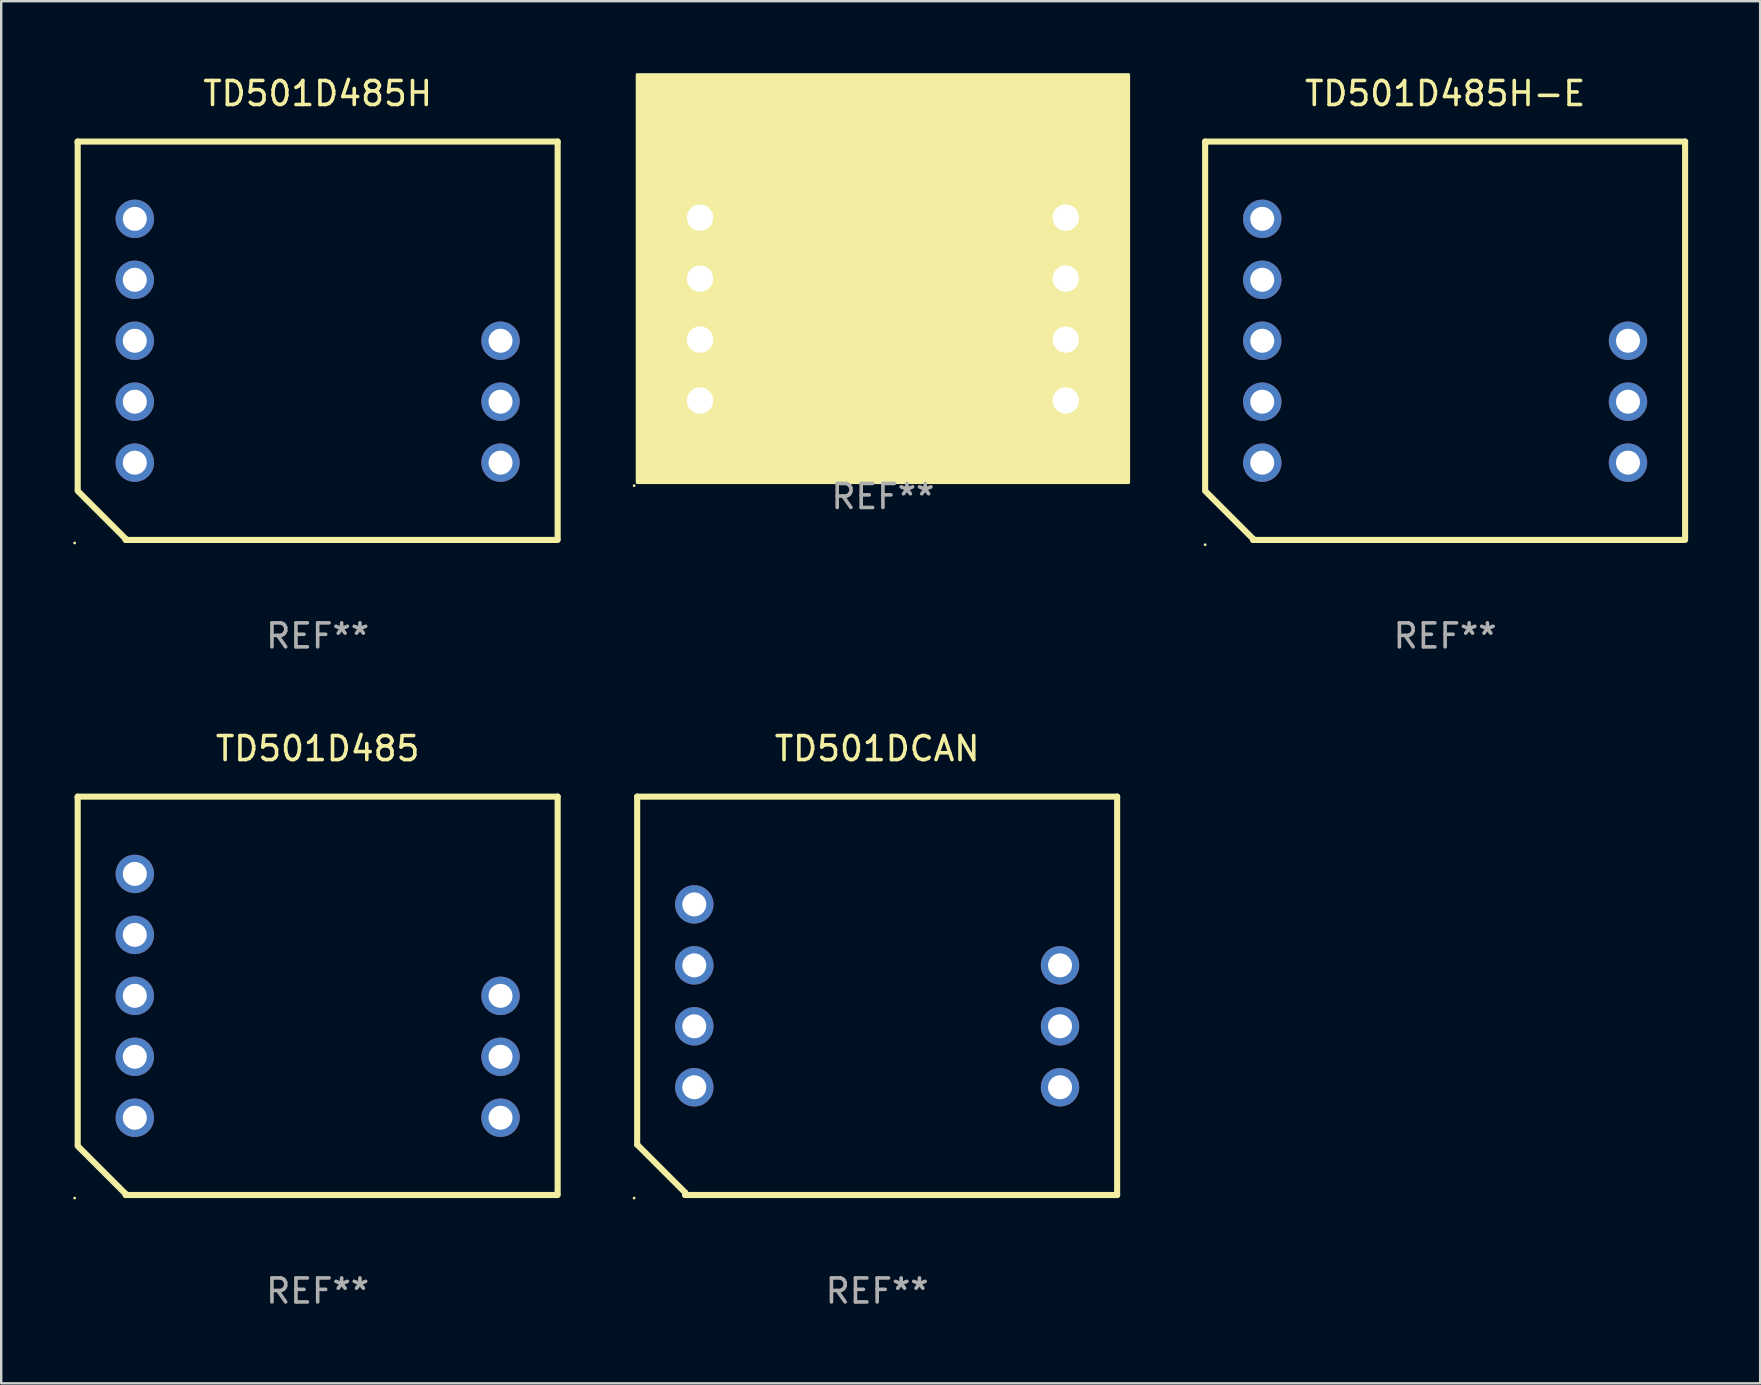
<source format=kicad_pcb>
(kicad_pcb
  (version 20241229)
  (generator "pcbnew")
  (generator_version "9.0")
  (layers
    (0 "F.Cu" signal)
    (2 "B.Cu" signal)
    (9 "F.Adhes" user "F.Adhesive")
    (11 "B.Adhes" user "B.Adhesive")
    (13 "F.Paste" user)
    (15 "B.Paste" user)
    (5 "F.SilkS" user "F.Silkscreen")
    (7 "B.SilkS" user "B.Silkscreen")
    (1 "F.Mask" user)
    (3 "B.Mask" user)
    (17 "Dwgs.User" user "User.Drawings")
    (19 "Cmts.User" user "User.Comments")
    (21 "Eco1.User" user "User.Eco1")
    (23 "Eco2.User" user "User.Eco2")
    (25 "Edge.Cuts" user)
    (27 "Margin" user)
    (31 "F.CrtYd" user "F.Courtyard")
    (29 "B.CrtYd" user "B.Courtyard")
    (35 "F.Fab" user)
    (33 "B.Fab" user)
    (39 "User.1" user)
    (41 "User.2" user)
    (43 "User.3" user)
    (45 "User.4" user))
  (footprint "TD501DCAN"
    (layer "F.Cu")
    (at 33.501 38.446)
    (property "Reference" "TD501DCAN" (at 0 -10.3 0) (layer "F.SilkS") (effects (font (size 1 1) (thickness 0.15))))
    (attr through_hole)
    (fp_line (start -10 -8.3) (end -10 6.2) (stroke (width 0.254) (type solid)) (layer "F.SilkS"))
    (fp_line (start -10 -8.3) (end 10 -8.3) (stroke (width 0.254) (type solid)) (layer "F.SilkS"))
    (fp_line (start -8 8.2) (end -10 6.2) (stroke (width 0.254) (type solid)) (layer "F.SilkS"))
    (fp_line (start -8 8.3) (end -8 8.2) (stroke (width 0.254) (type solid)) (layer "F.SilkS"))
    (fp_line (start -8 8.3) (end 10 8.3) (stroke (width 0.254) (type solid)) (layer "F.SilkS"))
    (fp_line (start 10 -8.3) (end 10 8.3) (stroke (width 0.254) (type solid)) (layer "F.SilkS"))
    (fp_circle (center -10.127 8.427) (end -10.097 8.427) (stroke (width 0.06) (type solid)) (fill no) (layer "F.SilkS"))
    (fp_text user "REF**" (at 0 12.3 0) (layer "F.Fab") (effects (font (size 1 1) (thickness 0.15))))
    (pad "1" thru_hole circle (at -7.62 3.81) (size 1.6 1.6) (drill 1) (layers "*.Cu" "*.Mask"))
    (pad "2" thru_hole circle (at -7.62 1.27) (size 1.6 1.6) (drill 1) (layers "*.Cu" "*.Mask"))
    (pad "3" thru_hole circle (at -7.62 -1.27) (size 1.6 1.6) (drill 1) (layers "*.Cu" "*.Mask"))
    (pad "4" thru_hole circle (at -7.62 -3.81) (size 1.6 1.6) (drill 1) (layers "*.Cu" "*.Mask"))
    (pad "6" thru_hole circle (at 7.62 -1.27) (size 1.6 1.6) (drill 1) (layers "*.Cu" "*.Mask"))
    (pad "7" thru_hole circle (at 7.62 1.27) (size 1.6 1.6) (drill 1) (layers "*.Cu" "*.Mask"))
    (pad "8" thru_hole circle (at 7.62 3.81) (size 1.6 1.6) (drill 1) (layers "*.Cu" "*.Mask")))
  (footprint "TD501D485"
    (layer "F.Cu")
    (at 10.187 38.446)
    (property "Reference" "TD501D485" (at 0 -10.3 0) (layer "F.SilkS") (effects (font (size 1 1) (thickness 0.15))))
    (attr through_hole)
    (fp_line (start -10 -8.3) (end -10 -8.255) (stroke (width 0.254) (type solid)) (layer "F.SilkS"))
    (fp_line (start -10 -8.3) (end 10 -8.3) (stroke (width 0.254) (type solid)) (layer "F.SilkS"))
    (fp_line (start -10 -8.255) (end -10 6.2) (stroke (width 0.254) (type solid)) (layer "F.SilkS"))
    (fp_line (start -8 8.257) (end -10 6.257) (stroke (width 0.254) (type solid)) (layer "F.SilkS"))
    (fp_line (start -8 8.3) (end -8 8.257) (stroke (width 0.254) (type solid)) (layer "F.SilkS"))
    (fp_line (start -8 8.3) (end 10 8.3) (stroke (width 0.254) (type solid)) (layer "F.SilkS"))
    (fp_line (start 10 -8.3) (end 10 8.24) (stroke (width 0.254) (type solid)) (layer "F.SilkS"))
    (fp_circle (center -10.127 8.427) (end -10.097 8.427) (stroke (width 0.06) (type solid)) (fill no) (layer "F.SilkS"))
    (fp_text user "REF**" (at 0 12.3 0) (layer "F.Fab") (effects (font (size 1 1) (thickness 0.15))))
    (pad "1" thru_hole circle (at -7.62 5.08) (size 1.6 1.6) (drill 1) (layers "*.Cu" "*.Mask"))
    (pad "2" thru_hole circle (at -7.62 2.54) (size 1.6 1.6) (drill 1) (layers "*.Cu" "*.Mask"))
    (pad "3" thru_hole circle (at -7.62 0.000343) (size 1.6 1.6) (drill 1) (layers "*.Cu" "*.Mask"))
    (pad "4" thru_hole circle (at -7.62 -2.54) (size 1.6 1.6) (drill 1) (layers "*.Cu" "*.Mask"))
    (pad "5" thru_hole circle (at -7.62 -5.08) (size 1.6 1.6) (drill 1) (layers "*.Cu" "*.Mask"))
    (pad "8" thru_hole circle (at 7.62 0.000343) (size 1.6 1.6) (drill 1) (layers "*.Cu" "*.Mask"))
    (pad "9" thru_hole circle (at 7.62 2.54) (size 1.6 1.6) (drill 1) (layers "*.Cu" "*.Mask"))
    (pad "10" thru_hole circle (at 7.62 5.08) (size 1.6 1.6) (drill 1) (layers "*.Cu" "*.Mask")))
  (footprint "TD501D485H"
    (layer "F.Cu")
    (at 10.187 11.149)
    (property "Reference" "TD501D485H" (at 0 -10.3 0) (layer "F.SilkS") (effects (font (size 1 1) (thickness 0.15))))
    (attr through_hole)
    (fp_line (start -10 -8.3) (end -10 -8.255) (stroke (width 0.254) (type solid)) (layer "F.SilkS"))
    (fp_line (start -10 -8.3) (end 10 -8.3) (stroke (width 0.254) (type solid)) (layer "F.SilkS"))
    (fp_line (start -10 -8.255) (end -10 6.2) (stroke (width 0.254) (type solid)) (layer "F.SilkS"))
    (fp_line (start -8 8.257) (end -10 6.257) (stroke (width 0.254) (type solid)) (layer "F.SilkS"))
    (fp_line (start -8 8.3) (end -8 8.257) (stroke (width 0.254) (type solid)) (layer "F.SilkS"))
    (fp_line (start -8 8.3) (end 10 8.3) (stroke (width 0.254) (type solid)) (layer "F.SilkS"))
    (fp_line (start 10 -8.3) (end 10 8.24) (stroke (width 0.254) (type solid)) (layer "F.SilkS"))
    (fp_circle (center -10.127 8.427) (end -10.097 8.427) (stroke (width 0.06) (type solid)) (fill no) (layer "F.SilkS"))
    (fp_text user "REF**" (at 0 12.3 0) (layer "F.Fab") (effects (font (size 1 1) (thickness 0.15))))
    (pad "1" thru_hole circle (at -7.62 5.08) (size 1.6 1.6) (drill 1) (layers "*.Cu" "*.Mask"))
    (pad "2" thru_hole circle (at -7.62 2.54) (size 1.6 1.6) (drill 1) (layers "*.Cu" "*.Mask"))
    (pad "3" thru_hole circle (at -7.62 0.000343) (size 1.6 1.6) (drill 1) (layers "*.Cu" "*.Mask"))
    (pad "4" thru_hole circle (at -7.62 -2.54) (size 1.6 1.6) (drill 1) (layers "*.Cu" "*.Mask"))
    (pad "5" thru_hole circle (at -7.62 -5.08) (size 1.6 1.6) (drill 1) (layers "*.Cu" "*.Mask"))
    (pad "8" thru_hole circle (at 7.62 0.000343) (size 1.6 1.6) (drill 1) (layers "*.Cu" "*.Mask"))
    (pad "9" thru_hole circle (at 7.62 2.54) (size 1.6 1.6) (drill 1) (layers "*.Cu" "*.Mask"))
    (pad "10" thru_hole circle (at 7.62 5.08) (size 1.6 1.6) (drill 1) (layers "*.Cu" "*.Mask")))
  (footprint "TD501D485H-A"
    (layer "F.Cu")
    (at 33.741 9.83)
    (property "Reference" "TD501D485H-A" (at 0 -5.81 0) (layer "F.SilkS") (effects (font (size 1 1) (thickness 0.15))))
    (attr through_hole)
    (fp_circle (center -10.367 7.357) (end -10.337 7.357) (stroke (width 0.06) (type solid)) (fill no) (layer "F.SilkS"))
    (fp_poly (pts (xy -10.24 -9.77) (xy 10.24 -9.77) (xy 10.24 7.23) (xy -10.24 7.23)) (stroke (width 0.12) (type solid)) (fill yes) (layer "F.SilkS"))
    (fp_text user "REF**" (at 0 7.81 0) (layer "F.Fab") (effects (font (size 1 1) (thickness 0.15))))
    (pad "1" thru_hole circle (at -7.62 3.81) (size 1.7 1.7) (drill 1.1) (layers "*.Cu" "*.Mask"))
    (pad "2" thru_hole circle (at -7.62 1.27) (size 1.7 1.7) (drill 1.1) (layers "*.Cu" "*.Mask"))
    (pad "3" thru_hole circle (at -7.62 -1.27) (size 1.7 1.7) (drill 1.1) (layers "*.Cu" "*.Mask"))
    (pad "4" thru_hole circle (at -7.62 -3.81) (size 1.7 1.7) (drill 1.1) (layers "*.Cu" "*.Mask"))
    (pad "7" thru_hole circle (at 7.62 -3.81) (size 1.7 1.7) (drill 1.1) (layers "*.Cu" "*.Mask"))
    (pad "8" thru_hole circle (at 7.62 -1.27) (size 1.7 1.7) (drill 1.1) (layers "*.Cu" "*.Mask"))
    (pad "9" thru_hole circle (at 7.62 1.27) (size 1.7 1.7) (drill 1.1) (layers "*.Cu" "*.Mask"))
    (pad "10" thru_hole circle (at 7.62 3.81) (size 1.7 1.7) (drill 1.1) (layers "*.Cu" "*.Mask")))
  (footprint "TD501D485H-E"
    (layer "F.Cu")
    (at 57.168 11.149)
    (property "Reference" "TD501D485H-E" (at 0 -10.3 0) (layer "F.SilkS") (effects (font (size 1 1) (thickness 0.15))))
    (attr through_hole)
    (fp_line (start -10 -8.3) (end -10 -8.255) (stroke (width 0.254) (type solid)) (layer "F.SilkS"))
    (fp_line (start -10 -8.3) (end 10 -8.3) (stroke (width 0.254) (type solid)) (layer "F.SilkS"))
    (fp_line (start -10 -8.255) (end -10 6.2) (stroke (width 0.254) (type solid)) (layer "F.SilkS"))
    (fp_line (start -8 8.257) (end -10 6.257) (stroke (width 0.254) (type solid)) (layer "F.SilkS"))
    (fp_line (start -8 8.3) (end -8 8.257) (stroke (width 0.254) (type solid)) (layer "F.SilkS"))
    (fp_line (start -8 8.3) (end 10 8.3) (stroke (width 0.254) (type solid)) (layer "F.SilkS"))
    (fp_line (start 10 -8.3) (end 10 8.24) (stroke (width 0.254) (type solid)) (layer "F.SilkS"))
    (fp_circle (center -10 8.5) (end -9.97 8.5) (stroke (width 0.06) (type solid)) (fill no) (layer "F.SilkS"))
    (fp_text user "REF**" (at 0 12.3 0) (layer "F.Fab") (effects (font (size 1 1) (thickness 0.15))))
    (pad "1" thru_hole circle (at -7.62 5.08) (size 1.6 1.6) (drill 1) (layers "*.Cu" "*.Mask"))
    (pad "2" thru_hole circle (at -7.62 2.54) (size 1.6 1.6) (drill 1) (layers "*.Cu" "*.Mask"))
    (pad "3" thru_hole circle (at -7.62 0.000343) (size 1.6 1.6) (drill 1) (layers "*.Cu" "*.Mask"))
    (pad "4" thru_hole circle (at -7.62 -2.54) (size 1.6 1.6) (drill 1) (layers "*.Cu" "*.Mask"))
    (pad "5" thru_hole circle (at -7.62 -5.08) (size 1.6 1.6) (drill 1) (layers "*.Cu" "*.Mask"))
    (pad "8" thru_hole circle (at 7.62 0.000343) (size 1.6 1.6) (drill 1) (layers "*.Cu" "*.Mask"))
    (pad "9" thru_hole circle (at 7.62 2.54) (size 1.6 1.6) (drill 1) (layers "*.Cu" "*.Mask"))
    (pad "10" thru_hole circle (at 7.62 5.08) (size 1.6 1.6) (drill 1) (layers "*.Cu" "*.Mask")))
  (gr_rect
    (start -3 -3)
    (end 70.295 54.594)
    (stroke (width 0.1) (type default))
    (fill no)
    (layer "Edge.Cuts")))
</source>
